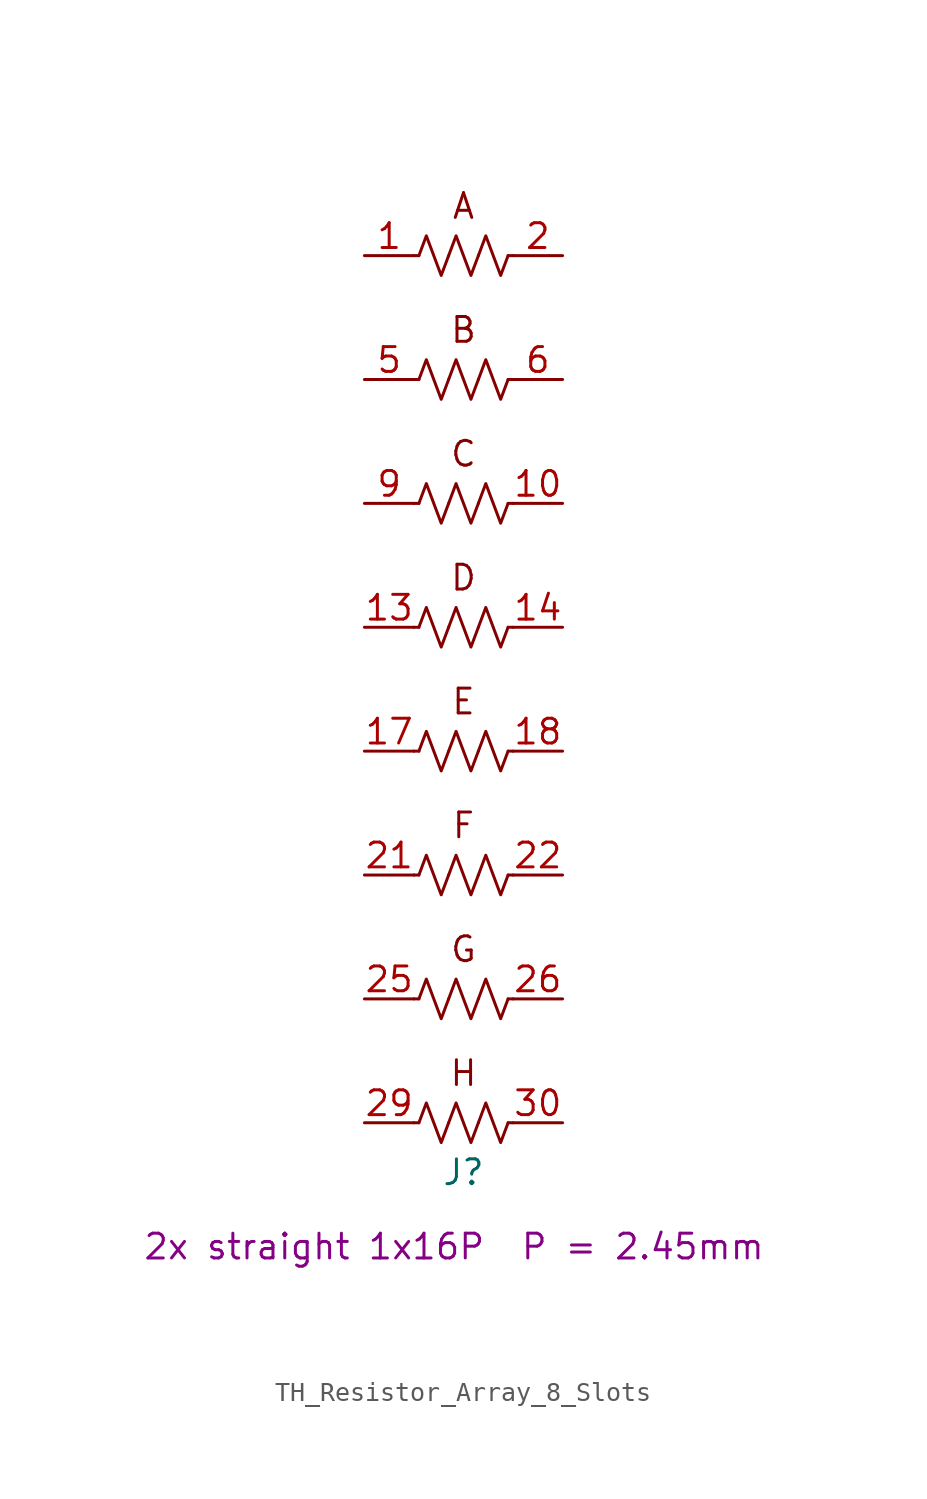
<source format=kicad_sym>
(kicad_symbol_lib
  (version 20220914)
  (generator kicad_symbol_editor)
  (symbol "TH_Resistor_Array_8_Slots"
    (pin_names
      (offset 0))
    (property "Reference" "J"
      (at 0 -31.75 0)
      (effects (font (size 1.27 1.27))))
    (property "Package" "2x straight 1x16P  P = 2.45mm "
      (at 0 -35.56 0)
      (effects (font (size 1.27 1.27))))
    (symbol "TH_Resistor_Array_8_Slots_0_0"
      (text "A" (at 0 17.78 0) (effects (font (size 1.27 1.27))))
      (text "B" (at 0 11.43 0) (effects (font (size 1.27 1.27))))
      (text "C" (at 0 5.08 0) (effects (font (size 1.27 1.27))))
      (text "D" (at 0 -1.27 0) (effects (font (size 1.27 1.27))))
      (text "E" (at 0 -7.62 0) (effects (font (size 1.27 1.27))))
      (text "F" (at 0 -13.97 0) (effects (font (size 1.27 1.27))))
      (text "G" (at 0 -20.32 0) (effects (font (size 1.27 1.27))))
      (text "H" (at 0 -26.67 0) (effects (font (size 1.27 1.27)))))
    (symbol "TH_Resistor_Array_8_Slots_0_1"
      (polyline (pts (xy -2.286 -29.21) (xy -2.54 -29.21)) (stroke (width 0) (type default)) (fill (type none)))
      (polyline (pts (xy -2.286 -22.86) (xy -2.54 -22.86)) (stroke (width 0) (type default)) (fill (type none)))
      (polyline (pts (xy -2.286 -16.51) (xy -2.54 -16.51)) (stroke (width 0) (type default)) (fill (type none)))
      (polyline (pts (xy -2.286 -10.16) (xy -2.54 -10.16)) (stroke (width 0) (type default)) (fill (type none)))
      (polyline (pts (xy -2.286 -3.81) (xy -2.54 -3.81)) (stroke (width 0) (type default)) (fill (type none)))
      (polyline (pts (xy -2.286 2.54) (xy -2.54 2.54)) (stroke (width 0) (type default)) (fill (type none)))
      (polyline (pts (xy -2.286 8.89) (xy -2.54 8.89)) (stroke (width 0) (type default)) (fill (type none)))
      (polyline (pts (xy -2.286 15.24) (xy -2.54 15.24)) (stroke (width 0) (type default)) (fill (type none)))
      (polyline (pts (xy 2.286 -29.21) (xy 2.54 -29.21)) (stroke (width 0) (type default)) (fill (type none)))
      (polyline (pts (xy 2.286 -22.86) (xy 2.54 -22.86)) (stroke (width 0) (type default)) (fill (type none)))
      (polyline (pts (xy 2.286 -16.51) (xy 2.54 -16.51)) (stroke (width 0) (type default)) (fill (type none)))
      (polyline (pts (xy 2.286 -10.16) (xy 2.54 -10.16)) (stroke (width 0) (type default)) (fill (type none)))
      (polyline (pts (xy 2.286 -3.81) (xy 2.54 -3.81)) (stroke (width 0) (type default)) (fill (type none)))
      (polyline (pts (xy 2.286 2.54) (xy 2.54 2.54)) (stroke (width 0) (type default)) (fill (type none)))
      (polyline (pts (xy 2.286 8.89) (xy 2.54 8.89)) (stroke (width 0) (type default)) (fill (type none)))
      (polyline (pts (xy 2.286 15.24) (xy 2.54 15.24)) (stroke (width 0) (type default)) (fill (type none)))
      (polyline (pts (xy -2.286 -29.21) (xy -1.905 -28.194) (xy -1.524 -29.21) (xy -1.143 -30.226) (xy -0.762 -29.21)) (stroke (width 0) (type default)) (fill (type none)))
      (polyline (pts (xy -2.286 -22.86) (xy -1.905 -21.844) (xy -1.524 -22.86) (xy -1.143 -23.876) (xy -0.762 -22.86)) (stroke (width 0) (type default)) (fill (type none)))
      (polyline (pts (xy -2.286 -16.51) (xy -1.905 -15.494) (xy -1.524 -16.51) (xy -1.143 -17.526) (xy -0.762 -16.51)) (stroke (width 0) (type default)) (fill (type none)))
      (polyline (pts (xy -2.286 -10.16) (xy -1.905 -9.144) (xy -1.524 -10.16) (xy -1.143 -11.176) (xy -0.762 -10.16)) (stroke (width 0) (type default)) (fill (type none)))
      (polyline (pts (xy -2.286 -3.81) (xy -1.905 -2.794) (xy -1.524 -3.81) (xy -1.143 -4.826) (xy -0.762 -3.81)) (stroke (width 0) (type default)) (fill (type none)))
      (polyline (pts (xy -2.286 2.54) (xy -1.905 3.556) (xy -1.524 2.54) (xy -1.143 1.524) (xy -0.762 2.54)) (stroke (width 0) (type default)) (fill (type none)))
      (polyline (pts (xy -2.286 8.89) (xy -1.905 9.906) (xy -1.524 8.89) (xy -1.143 7.874) (xy -0.762 8.89)) (stroke (width 0) (type default)) (fill (type none)))
      (polyline (pts (xy -2.286 15.24) (xy -1.905 16.256) (xy -1.524 15.24) (xy -1.143 14.224) (xy -0.762 15.24)) (stroke (width 0) (type default)) (fill (type none)))
      (polyline (pts (xy -0.762 -29.21) (xy -0.381 -28.194) (xy 0 -29.21) (xy 0.381 -30.226) (xy 0.762 -29.21)) (stroke (width 0) (type default)) (fill (type none)))
      (polyline (pts (xy -0.762 -22.86) (xy -0.381 -21.844) (xy 0 -22.86) (xy 0.381 -23.876) (xy 0.762 -22.86)) (stroke (width 0) (type default)) (fill (type none)))
      (polyline (pts (xy -0.762 -16.51) (xy -0.381 -15.494) (xy 0 -16.51) (xy 0.381 -17.526) (xy 0.762 -16.51)) (stroke (width 0) (type default)) (fill (type none)))
      (polyline (pts (xy -0.762 -10.16) (xy -0.381 -9.144) (xy 0 -10.16) (xy 0.381 -11.176) (xy 0.762 -10.16)) (stroke (width 0) (type default)) (fill (type none)))
      (polyline (pts (xy -0.762 -3.81) (xy -0.381 -2.794) (xy 0 -3.81) (xy 0.381 -4.826) (xy 0.762 -3.81)) (stroke (width 0) (type default)) (fill (type none)))
      (polyline (pts (xy -0.762 2.54) (xy -0.381 3.556) (xy 0 2.54) (xy 0.381 1.524) (xy 0.762 2.54)) (stroke (width 0) (type default)) (fill (type none)))
      (polyline (pts (xy -0.762 8.89) (xy -0.381 9.906) (xy 0 8.89) (xy 0.381 7.874) (xy 0.762 8.89)) (stroke (width 0) (type default)) (fill (type none)))
      (polyline (pts (xy -0.762 15.24) (xy -0.381 16.256) (xy 0 15.24) (xy 0.381 14.224) (xy 0.762 15.24)) (stroke (width 0) (type default)) (fill (type none)))
      (polyline (pts (xy 0.762 -29.21) (xy 1.143 -28.194) (xy 1.524 -29.21) (xy 1.905 -30.226) (xy 2.286 -29.21)) (stroke (width 0) (type default)) (fill (type none)))
      (polyline (pts (xy 0.762 -22.86) (xy 1.143 -21.844) (xy 1.524 -22.86) (xy 1.905 -23.876) (xy 2.286 -22.86)) (stroke (width 0) (type default)) (fill (type none)))
      (polyline (pts (xy 0.762 -16.51) (xy 1.143 -15.494) (xy 1.524 -16.51) (xy 1.905 -17.526) (xy 2.286 -16.51)) (stroke (width 0) (type default)) (fill (type none)))
      (polyline (pts (xy 0.762 -10.16) (xy 1.143 -9.144) (xy 1.524 -10.16) (xy 1.905 -11.176) (xy 2.286 -10.16)) (stroke (width 0) (type default)) (fill (type none)))
      (polyline (pts (xy 0.762 -3.81) (xy 1.143 -2.794) (xy 1.524 -3.81) (xy 1.905 -4.826) (xy 2.286 -3.81)) (stroke (width 0) (type default)) (fill (type none)))
      (polyline (pts (xy 0.762 2.54) (xy 1.143 3.556) (xy 1.524 2.54) (xy 1.905 1.524) (xy 2.286 2.54)) (stroke (width 0) (type default)) (fill (type none)))
      (polyline (pts (xy 0.762 8.89) (xy 1.143 9.906) (xy 1.524 8.89) (xy 1.905 7.874) (xy 2.286 8.89)) (stroke (width 0) (type default)) (fill (type none)))
      (polyline (pts (xy 0.762 15.24) (xy 1.143 16.256) (xy 1.524 15.24) (xy 1.905 14.224) (xy 2.286 15.24)) (stroke (width 0) (type default)) (fill (type none))))
    (symbol "TH_Resistor_Array_8_Slots_1_1"
      (pin passive line (at -5.08 15.24 0) (length 2.54) (name "~" (effects (font (size 1.27 1.27)))) (number "1" (effects (font (size 1.27 1.27)))))
      (pin passive line (at 5.08 2.54 180) (length 2.54) (name "~" (effects (font (size 1.27 1.27)))) (number "10" (effects (font (size 1.27 1.27)))))
      (pin no_connect line (at -3.81 -1.27 0) (length 2.54) hide (name "~" (effects (font (size 1.27 1.27)))) (number "11" (effects (font (size 1.27 1.27)))))
      (pin no_connect line (at 3.81 -1.27 180) (length 2.54) hide (name "~" (effects (font (size 1.27 1.27)))) (number "12" (effects (font (size 1.27 1.27)))))
      (pin passive line (at -5.08 -3.81 0) (length 2.54) (name "~" (effects (font (size 1.27 1.27)))) (number "13" (effects (font (size 1.27 1.27)))))
      (pin passive line (at 5.08 -3.81 180) (length 2.54) (name "~" (effects (font (size 1.27 1.27)))) (number "14" (effects (font (size 1.27 1.27)))))
      (pin no_connect line (at -3.81 -7.62 0) (length 2.54) hide (name "~" (effects (font (size 1.27 1.27)))) (number "15" (effects (font (size 1.27 1.27)))))
      (pin no_connect line (at 3.81 -7.62 180) (length 2.54) hide (name "~" (effects (font (size 1.27 1.27)))) (number "16" (effects (font (size 1.27 1.27)))))
      (pin passive line (at -5.08 -10.16 0) (length 2.54) (name "~" (effects (font (size 1.27 1.27)))) (number "17" (effects (font (size 1.27 1.27)))))
      (pin passive line (at 5.08 -10.16 180) (length 2.54) (name "~" (effects (font (size 1.27 1.27)))) (number "18" (effects (font (size 1.27 1.27)))))
      (pin no_connect line (at -3.81 -13.97 0) (length 2.54) hide (name "~" (effects (font (size 1.27 1.27)))) (number "19" (effects (font (size 1.27 1.27)))))
      (pin passive line (at 5.08 15.24 180) (length 2.54) (name "~" (effects (font (size 1.27 1.27)))) (number "2" (effects (font (size 1.27 1.27)))))
      (pin no_connect line (at 3.81 -13.97 180) (length 2.54) hide (name "~" (effects (font (size 1.27 1.27)))) (number "20" (effects (font (size 1.27 1.27)))))
      (pin passive line (at -5.08 -16.51 0) (length 2.54) (name "~" (effects (font (size 1.27 1.27)))) (number "21" (effects (font (size 1.27 1.27)))))
      (pin passive line (at 5.08 -16.51 180) (length 2.54) (name "~" (effects (font (size 1.27 1.27)))) (number "22" (effects (font (size 1.27 1.27)))))
      (pin no_connect line (at -3.81 -20.32 0) (length 2.54) hide (name "~" (effects (font (size 1.27 1.27)))) (number "23" (effects (font (size 1.27 1.27)))))
      (pin no_connect line (at 3.81 -20.32 180) (length 2.54) hide (name "~" (effects (font (size 1.27 1.27)))) (number "24" (effects (font (size 1.27 1.27)))))
      (pin passive line (at -5.08 -22.86 0) (length 2.54) (name "~" (effects (font (size 1.27 1.27)))) (number "25" (effects (font (size 1.27 1.27)))))
      (pin passive line (at 5.08 -22.86 180) (length 2.54) (name "~" (effects (font (size 1.27 1.27)))) (number "26" (effects (font (size 1.27 1.27)))))
      (pin no_connect line (at -3.81 -26.67 0) (length 2.54) hide (name "~" (effects (font (size 1.27 1.27)))) (number "27" (effects (font (size 1.27 1.27)))))
      (pin no_connect line (at 3.81 -26.67 180) (length 2.54) hide (name "~" (effects (font (size 1.27 1.27)))) (number "28" (effects (font (size 1.27 1.27)))))
      (pin passive line (at -5.08 -29.21 0) (length 2.54) (name "~" (effects (font (size 1.27 1.27)))) (number "29" (effects (font (size 1.27 1.27)))))
      (pin no_connect line (at -3.81 11.43 0) (length 2.54) hide (name "~" (effects (font (size 1.27 1.27)))) (number "3" (effects (font (size 1.27 1.27)))))
      (pin passive line (at 5.08 -29.21 180) (length 2.54) (name "~" (effects (font (size 1.27 1.27)))) (number "30" (effects (font (size 1.27 1.27)))))
      (pin no_connect line (at -3.81 -31.75 0) (length 2.54) hide (name "~" (effects (font (size 1.27 1.27)))) (number "31" (effects (font (size 1.27 1.27)))))
      (pin no_connect line (at 3.81 -31.75 180) (length 2.54) hide (name "~" (effects (font (size 1.27 1.27)))) (number "32" (effects (font (size 1.27 1.27)))))
      (pin no_connect line (at 3.81 11.43 180) (length 2.54) hide (name "~" (effects (font (size 1.27 1.27)))) (number "4" (effects (font (size 1.27 1.27)))))
      (pin passive line (at -5.08 8.89 0) (length 2.54) (name "~" (effects (font (size 1.27 1.27)))) (number "5" (effects (font (size 1.27 1.27)))))
      (pin passive line (at 5.08 8.89 180) (length 2.54) (name "~" (effects (font (size 1.27 1.27)))) (number "6" (effects (font (size 1.27 1.27)))))
      (pin no_connect line (at -3.81 5.08 0) (length 2.54) hide (name "~" (effects (font (size 1.27 1.27)))) (number "7" (effects (font (size 1.27 1.27)))))
      (pin no_connect line (at 3.81 5.08 180) (length 2.54) hide (name "~" (effects (font (size 1.27 1.27)))) (number "8" (effects (font (size 1.27 1.27)))))
      (pin passive line (at -5.08 2.54 0) (length 2.54) (name "~" (effects (font (size 1.27 1.27)))) (number "9" (effects (font (size 1.27 1.27))))))))
</source>
